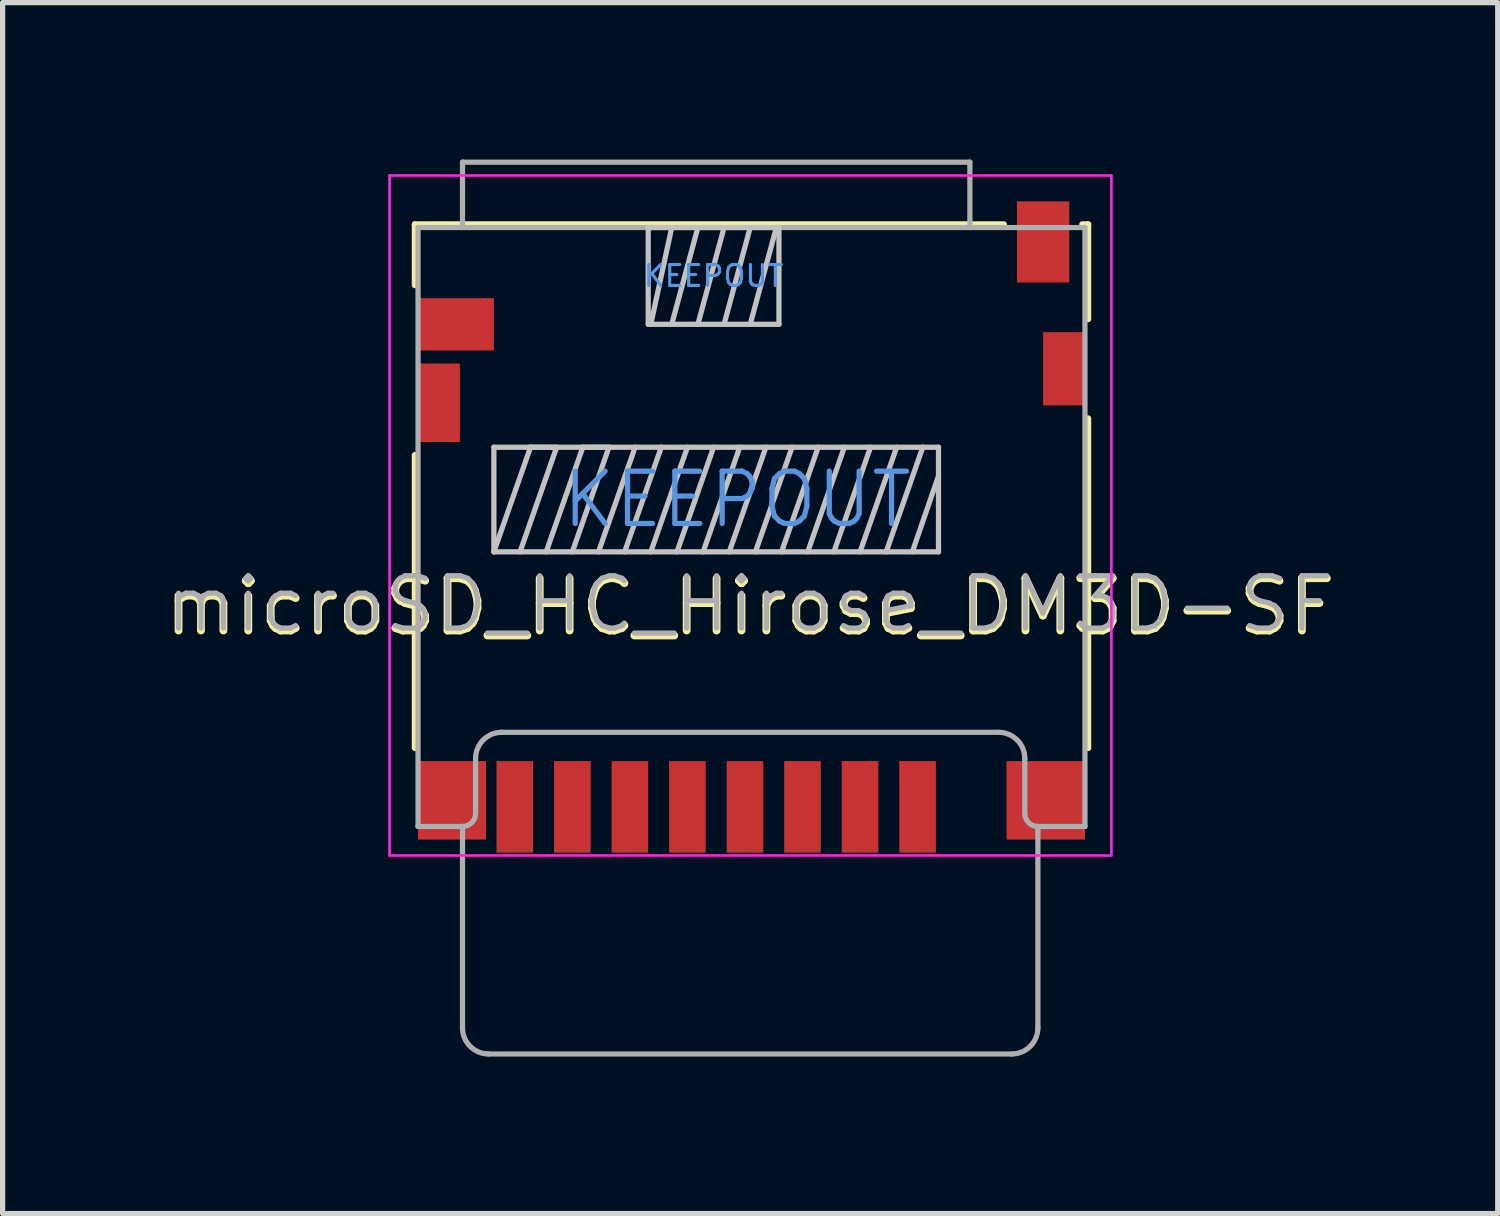
<source format=kicad_pcb>
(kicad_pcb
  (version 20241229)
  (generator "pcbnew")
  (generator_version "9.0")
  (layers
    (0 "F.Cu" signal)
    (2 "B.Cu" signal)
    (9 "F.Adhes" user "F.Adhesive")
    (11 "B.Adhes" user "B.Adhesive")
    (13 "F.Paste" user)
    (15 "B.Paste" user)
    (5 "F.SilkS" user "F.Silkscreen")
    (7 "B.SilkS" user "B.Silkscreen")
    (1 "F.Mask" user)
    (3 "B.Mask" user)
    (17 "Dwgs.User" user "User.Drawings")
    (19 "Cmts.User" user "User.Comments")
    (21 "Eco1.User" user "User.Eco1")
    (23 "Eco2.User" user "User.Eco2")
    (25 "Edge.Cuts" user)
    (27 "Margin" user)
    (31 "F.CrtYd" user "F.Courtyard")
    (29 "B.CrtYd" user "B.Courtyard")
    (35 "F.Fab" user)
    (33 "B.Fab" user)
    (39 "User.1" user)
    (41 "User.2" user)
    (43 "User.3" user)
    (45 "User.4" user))
  (footprint "microSD_HC_Hirose_DM3D-SF"
    (layer "F.Cu")
    (at 11.317 7.025)
    (property "Reference" "microSD_HC_Hirose_DM3D-SF" (at -0.025 1.524 0) (layer "F.SilkS") (effects (font (size 1 1) (thickness 0.15))))
    (attr smd)
    (fp_line (start -6.435 -5.785) (end 4.825 -5.785) (stroke (width 0.12) (type solid)) (layer "F.SilkS"))
    (fp_line (start -6.435 -4.625) (end -6.435 -5.785) (stroke (width 0.12) (type solid)) (layer "F.SilkS"))
    (fp_line (start -6.435 -1.375) (end -6.435 4.225) (stroke (width 0.12) (type solid)) (layer "F.SilkS"))
    (fp_line (start 6.325 -5.785) (end 6.435 -5.785) (stroke (width 0.12) (type solid)) (layer "F.SilkS"))
    (fp_line (start 6.435 -5.785) (end 6.435 -3.975) (stroke (width 0.12) (type solid)) (layer "F.SilkS"))
    (fp_line (start 6.435 -2.075) (end 6.435 4.225) (stroke (width 0.12) (type solid)) (layer "F.SilkS"))
    (fp_line (start -4.925 -1.525) (end -4.925 0.475) (stroke (width 0.1) (type solid)) (layer "Dwgs.User"))
    (fp_line (start -4.925 -1.525) (end 3.575 -1.525) (stroke (width 0.1) (type solid)) (layer "Dwgs.User"))
    (fp_line (start -4.925 0.475) (end -4.225 -1.525) (stroke (width 0.1) (type solid)) (layer "Dwgs.User"))
    (fp_line (start -4.925 0.475) (end 3.575 0.475) (stroke (width 0.1) (type solid)) (layer "Dwgs.User"))
    (fp_line (start -4.425 0.475) (end -3.725 -1.525) (stroke (width 0.1) (type solid)) (layer "Dwgs.User"))
    (fp_line (start -4.225 -1.525) (end -3.725 -1.525) (stroke (width 0.1) (type solid)) (layer "Dwgs.User"))
    (fp_line (start -3.925 0.475) (end -3.225 -1.525) (stroke (width 0.1) (type solid)) (layer "Dwgs.User"))
    (fp_line (start -3.425 0.475) (end -2.725 -1.525) (stroke (width 0.1) (type solid)) (layer "Dwgs.User"))
    (fp_line (start -3.225 -1.525) (end -2.725 -1.525) (stroke (width 0.1) (type solid)) (layer "Dwgs.User"))
    (fp_line (start -2.925 0.475) (end -2.225 -1.525) (stroke (width 0.1) (type solid)) (layer "Dwgs.User"))
    (fp_line (start -2.425 0.475) (end -1.725 -1.525) (stroke (width 0.1) (type solid)) (layer "Dwgs.User"))
    (fp_line (start -1.975 -5.725) (end -1.975 -3.875) (stroke (width 0.1) (type solid)) (layer "Dwgs.User"))
    (fp_line (start -1.925 -3.875) (end -1.525 -5.725) (stroke (width 0.1) (type solid)) (layer "Dwgs.User"))
    (fp_line (start -1.925 0.475) (end -1.225 -1.525) (stroke (width 0.1) (type solid)) (layer "Dwgs.User"))
    (fp_line (start -1.425 0.475) (end -0.725 -1.525) (stroke (width 0.1) (type solid)) (layer "Dwgs.User"))
    (fp_line (start -1.025 -5.725) (end -1.525 -3.875) (stroke (width 0.1) (type solid)) (layer "Dwgs.User"))
    (fp_line (start -1.025 -3.875) (end -0.525 -5.725) (stroke (width 0.1) (type solid)) (layer "Dwgs.User"))
    (fp_line (start -0.925 0.475) (end -0.225 -1.525) (stroke (width 0.1) (type solid)) (layer "Dwgs.User"))
    (fp_line (start -0.425 0.475) (end 0.275 -1.525) (stroke (width 0.1) (type solid)) (layer "Dwgs.User"))
    (fp_line (start -0.025 -5.725) (end -0.525 -3.875) (stroke (width 0.1) (type solid)) (layer "Dwgs.User"))
    (fp_line (start -0.025 -3.875) (end 0.475 -5.725) (stroke (width 0.1) (type solid)) (layer "Dwgs.User"))
    (fp_line (start 0.075 0.475) (end 0.775 -1.525) (stroke (width 0.1) (type solid)) (layer "Dwgs.User"))
    (fp_line (start 0.525 -5.725) (end -1.975 -5.725) (stroke (width 0.1) (type solid)) (layer "Dwgs.User"))
    (fp_line (start 0.525 -3.875) (end -1.975 -3.875) (stroke (width 0.1) (type solid)) (layer "Dwgs.User"))
    (fp_line (start 0.525 -3.875) (end 0.525 -5.725) (stroke (width 0.1) (type solid)) (layer "Dwgs.User"))
    (fp_line (start 0.575 0.475) (end 1.275 -1.525) (stroke (width 0.1) (type solid)) (layer "Dwgs.User"))
    (fp_line (start 1.075 0.475) (end 1.775 -1.525) (stroke (width 0.1) (type solid)) (layer "Dwgs.User"))
    (fp_line (start 1.575 0.475) (end 2.275 -1.525) (stroke (width 0.1) (type solid)) (layer "Dwgs.User"))
    (fp_line (start 2.075 0.475) (end 2.775 -1.525) (stroke (width 0.1) (type solid)) (layer "Dwgs.User"))
    (fp_line (start 2.575 0.475) (end 3.275 -1.525) (stroke (width 0.1) (type solid)) (layer "Dwgs.User"))
    (fp_line (start 3.075 0.475) (end 3.575 -0.975) (stroke (width 0.1) (type solid)) (layer "Dwgs.User"))
    (fp_line (start 3.575 0.475) (end 3.575 -1.525) (stroke (width 0.1) (type solid)) (layer "Dwgs.User"))
    (fp_line (start -6.92 -6.72) (end 6.88 -6.72) (stroke (width 0.05) (type solid)) (layer "F.CrtYd"))
    (fp_line (start -6.92 6.28) (end -6.92 -6.72) (stroke (width 0.05) (type solid)) (layer "F.CrtYd"))
    (fp_line (start 6.88 -6.72) (end 6.88 6.28) (stroke (width 0.05) (type solid)) (layer "F.CrtYd"))
    (fp_line (start 6.88 6.28) (end -6.92 6.28) (stroke (width 0.05) (type solid)) (layer "F.CrtYd"))
    (fp_line (start -6.375 -5.725) (end 6.375 -5.725) (stroke (width 0.1) (type solid)) (layer "F.Fab"))
    (fp_line (start -6.375 5.725) (end -6.375 -5.725) (stroke (width 0.1) (type solid)) (layer "F.Fab"))
    (fp_line (start -6.375 5.725) (end -5.525 5.725) (stroke (width 0.1) (type solid)) (layer "F.Fab"))
    (fp_line (start -5.525 -6.975) (end 4.175 -6.975) (stroke (width 0.1) (type solid)) (layer "F.Fab"))
    (fp_line (start -5.525 -5.725) (end -5.525 -6.975) (stroke (width 0.1) (type solid)) (layer "F.Fab"))
    (fp_line (start -5.525 5.725) (end -5.525 9.575) (stroke (width 0.1) (type solid)) (layer "F.Fab"))
    (fp_line (start -5.275 5.475) (end -5.275 4.425) (stroke (width 0.1) (type solid)) (layer "F.Fab"))
    (fp_line (start -5.025 10.075) (end 4.975 10.075) (stroke (width 0.1) (type solid)) (layer "F.Fab"))
    (fp_line (start -4.775 3.925) (end 4.725 3.925) (stroke (width 0.1) (type solid)) (layer "F.Fab"))
    (fp_line (start 4.175 -5.725) (end 4.175 -6.975) (stroke (width 0.1) (type solid)) (layer "F.Fab"))
    (fp_line (start 5.225 5.475) (end 5.225 4.425) (stroke (width 0.1) (type solid)) (layer "F.Fab"))
    (fp_line (start 5.475 5.725) (end 6.375 5.725) (stroke (width 0.1) (type solid)) (layer "F.Fab"))
    (fp_line (start 5.475 9.575) (end 5.475 5.725) (stroke (width 0.1) (type solid)) (layer "F.Fab"))
    (fp_line (start 6.375 5.725) (end 6.375 -5.725) (stroke (width 0.1) (type solid)) (layer "F.Fab"))
    (fp_arc (start -5.275 4.425) (mid -5.128553 4.071447) (end -4.775 3.925) (stroke (width 0.1) (type solid)) (layer "F.Fab"))
    (fp_arc (start -5.275 5.475) (mid -5.348223 5.651777) (end -5.525 5.725) (stroke (width 0.1) (type solid)) (layer "F.Fab"))
    (fp_arc (start -5.025 10.075) (mid -5.378553 9.928553) (end -5.525 9.575) (stroke (width 0.1) (type solid)) (layer "F.Fab"))
    (fp_arc (start 4.725 3.925) (mid 5.078553 4.071447) (end 5.225 4.425) (stroke (width 0.1) (type solid)) (layer "F.Fab"))
    (fp_arc (start 5.475 5.725) (mid 5.298223 5.651777) (end 5.225 5.475) (stroke (width 0.1) (type solid)) (layer "F.Fab"))
    (fp_arc (start 5.475 9.575) (mid 5.328553 9.928553) (end 4.975 10.075) (stroke (width 0.1) (type solid)) (layer "F.Fab"))
    (fp_text user "KEEPOUT" (at -0.725 -4.8 0) (layer "Cmts.User") (effects (font (size 0.4 0.4) (thickness 0.06))))
    (fp_text user "KEEPOUT" (at -0.275 -0.525 0) (layer "Cmts.User") (effects (font (size 1 1) (thickness 0.1))))
    (fp_text user "${REFERENCE}" (at -0.025 1.475 0) (layer "F.Fab") (effects (font (size 1 1) (thickness 0.1))))
    (pad "1" smd rect (at 3.175 5.35) (size 0.7 1.75) (layers "F.Cu" "F.Mask" "F.Paste"))
    (pad "2" smd rect (at 2.075 5.35) (size 0.7 1.75) (layers "F.Cu" "F.Mask" "F.Paste"))
    (pad "3" smd rect (at 0.975 5.35) (size 0.7 1.75) (layers "F.Cu" "F.Mask" "F.Paste"))
    (pad "4" smd rect (at -0.125 5.35) (size 0.7 1.75) (layers "F.Cu" "F.Mask" "F.Paste"))
    (pad "5" smd rect (at -1.225 5.35) (size 0.7 1.75) (layers "F.Cu" "F.Mask" "F.Paste"))
    (pad "6" smd rect (at -2.325 5.35) (size 0.7 1.75) (layers "F.Cu" "F.Mask" "F.Paste"))
    (pad "7" smd rect (at -3.425 5.35) (size 0.7 1.75) (layers "F.Cu" "F.Mask" "F.Paste"))
    (pad "8" smd rect (at -4.525 5.35) (size 0.7 1.75) (layers "F.Cu" "F.Mask" "F.Paste"))
    (pad "9" smd rect (at -5.65 -3.875) (size 1.45 1) (layers "F.Cu" "F.Mask" "F.Paste"))
    (pad "10" smd rect (at 5.575 -5.45) (size 1 1.55) (layers "F.Cu" "F.Mask" "F.Paste"))
    (pad "11" smd rect (at -5.975 -2.375) (size 0.8 1.5) (layers "F.Cu" "F.Mask" "F.Paste"))
    (pad "11" smd rect (at -5.725 5.225) (size 1.3 1.5) (layers "F.Cu" "F.Mask" "F.Paste"))
    (pad "11" smd rect (at 5.625 5.225) (size 1.5 1.5) (layers "F.Cu" "F.Mask" "F.Paste"))
    (pad "11" smd rect (at 5.975 -3.025) (size 0.8 1.4) (layers "F.Cu" "F.Mask" "F.Paste")))
  (gr_rect
    (start -3 -3)
    (end 25.583 20.15)
    (stroke (width 0.1) (type default))
    (fill no)
    (layer "Edge.Cuts")))
</source>
